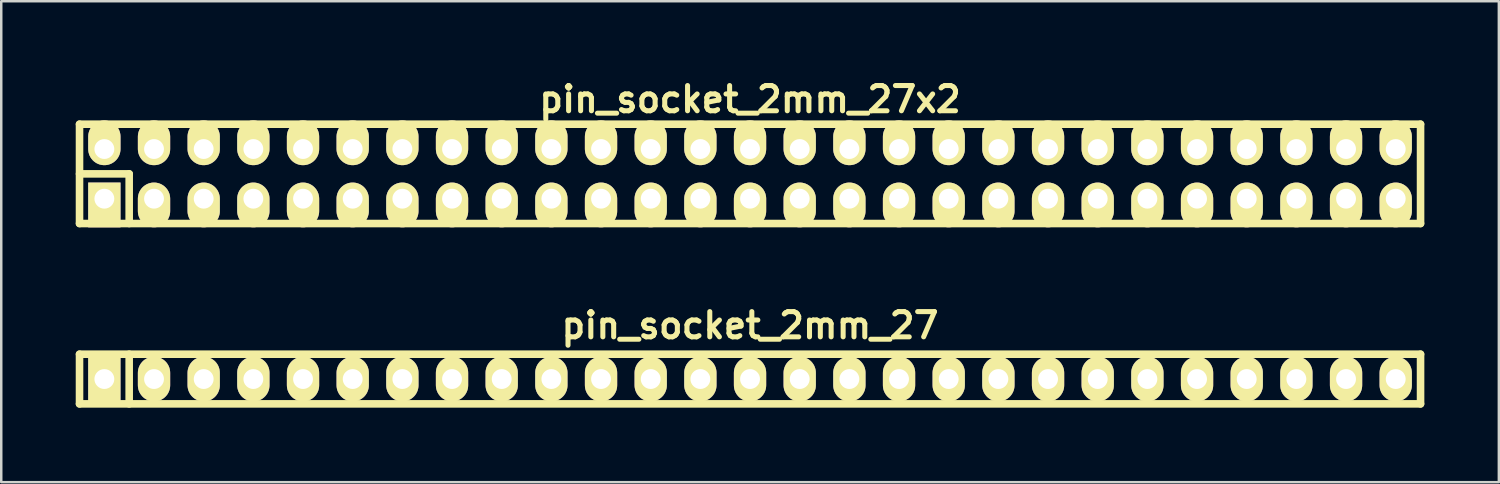
<source format=kicad_pcb>
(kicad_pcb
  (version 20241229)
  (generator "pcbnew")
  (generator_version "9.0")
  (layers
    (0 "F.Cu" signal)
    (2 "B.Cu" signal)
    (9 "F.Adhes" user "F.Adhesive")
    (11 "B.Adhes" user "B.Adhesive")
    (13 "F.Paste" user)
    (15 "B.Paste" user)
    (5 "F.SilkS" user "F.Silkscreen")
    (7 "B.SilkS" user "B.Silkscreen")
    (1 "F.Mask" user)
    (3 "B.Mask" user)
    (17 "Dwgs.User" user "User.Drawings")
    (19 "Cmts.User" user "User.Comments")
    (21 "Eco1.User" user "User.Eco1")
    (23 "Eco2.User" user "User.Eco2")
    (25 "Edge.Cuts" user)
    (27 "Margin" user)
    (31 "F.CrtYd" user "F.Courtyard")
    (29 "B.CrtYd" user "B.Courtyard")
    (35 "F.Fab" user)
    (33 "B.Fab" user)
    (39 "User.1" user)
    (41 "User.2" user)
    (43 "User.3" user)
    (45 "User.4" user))
  (footprint "pin_socket_2mm_27"
    (layer "F.Cu")
    (at 27.152 12.213)
    (property "Reference" "pin_socket_2mm_27" (at 0 -2.159 0) (layer "F.SilkS") (effects (font (size 1.016 1.016) (thickness 0.203))))
    (attr through_hole)
    (fp_line (start -27 -1) (end 27 -1) (stroke (width 0.305) (type solid)) (layer "F.SilkS"))
    (fp_line (start -27 1) (end -27 -1) (stroke (width 0.305) (type solid)) (layer "F.SilkS"))
    (fp_line (start -25 -1) (end -25 1) (stroke (width 0.305) (type solid)) (layer "F.SilkS"))
    (fp_line (start 27 -1) (end 27 1) (stroke (width 0.305) (type solid)) (layer "F.SilkS"))
    (fp_line (start 27 1) (end -27 1) (stroke (width 0.305) (type solid)) (layer "F.SilkS"))
    (pad "1" thru_hole rect (at -26 0) (size 1.3 1.8) (drill 0.8) (layers "*.Cu" "*.Mask" "F.SilkS"))
    (pad "2" thru_hole oval (at -24 0) (size 1.3 1.8) (drill 0.8) (layers "*.Cu" "*.Mask" "F.SilkS"))
    (pad "3" thru_hole oval (at -22 0) (size 1.3 1.8) (drill 0.8) (layers "*.Cu" "*.Mask" "F.SilkS"))
    (pad "4" thru_hole oval (at -20 0) (size 1.3 1.8) (drill 0.8) (layers "*.Cu" "*.Mask" "F.SilkS"))
    (pad "5" thru_hole oval (at -18 0) (size 1.3 1.8) (drill 0.8) (layers "*.Cu" "*.Mask" "F.SilkS"))
    (pad "6" thru_hole oval (at -16 0) (size 1.3 1.8) (drill 0.8) (layers "*.Cu" "*.Mask" "F.SilkS"))
    (pad "7" thru_hole oval (at -14 0) (size 1.3 1.8) (drill 0.8) (layers "*.Cu" "*.Mask" "F.SilkS"))
    (pad "8" thru_hole oval (at -12 0) (size 1.3 1.8) (drill 0.8) (layers "*.Cu" "*.Mask" "F.SilkS"))
    (pad "9" thru_hole oval (at -10 0) (size 1.3 1.8) (drill 0.8) (layers "*.Cu" "*.Mask" "F.SilkS"))
    (pad "10" thru_hole oval (at -8 0) (size 1.3 1.8) (drill 0.8) (layers "*.Cu" "*.Mask" "F.SilkS"))
    (pad "11" thru_hole oval (at -6 0) (size 1.3 1.8) (drill 0.8) (layers "*.Cu" "*.Mask" "F.SilkS"))
    (pad "12" thru_hole oval (at -4 0) (size 1.3 1.8) (drill 0.8) (layers "*.Cu" "*.Mask" "F.SilkS"))
    (pad "13" thru_hole oval (at -2 0) (size 1.3 1.8) (drill 0.8) (layers "*.Cu" "*.Mask" "F.SilkS"))
    (pad "14" thru_hole oval (at 0 0) (size 1.3 1.8) (drill 0.8) (layers "*.Cu" "*.Mask" "F.SilkS"))
    (pad "15" thru_hole oval (at 2 0) (size 1.3 1.8) (drill 0.8) (layers "*.Cu" "*.Mask" "F.SilkS"))
    (pad "16" thru_hole oval (at 4 0) (size 1.3 1.8) (drill 0.8) (layers "*.Cu" "*.Mask" "F.SilkS"))
    (pad "17" thru_hole oval (at 6 0) (size 1.3 1.8) (drill 0.8) (layers "*.Cu" "*.Mask" "F.SilkS"))
    (pad "18" thru_hole oval (at 8 0) (size 1.3 1.8) (drill 0.8) (layers "*.Cu" "*.Mask" "F.SilkS"))
    (pad "19" thru_hole oval (at 10 0) (size 1.3 1.8) (drill 0.8) (layers "*.Cu" "*.Mask" "F.SilkS"))
    (pad "20" thru_hole oval (at 12 0) (size 1.3 1.8) (drill 0.8) (layers "*.Cu" "*.Mask" "F.SilkS"))
    (pad "21" thru_hole oval (at 14 0) (size 1.3 1.8) (drill 0.8) (layers "*.Cu" "*.Mask" "F.SilkS"))
    (pad "22" thru_hole oval (at 16 0) (size 1.3 1.8) (drill 0.8) (layers "*.Cu" "*.Mask" "F.SilkS"))
    (pad "23" thru_hole oval (at 18 0) (size 1.3 1.8) (drill 0.8) (layers "*.Cu" "*.Mask" "F.SilkS"))
    (pad "24" thru_hole oval (at 20 0) (size 1.3 1.8) (drill 0.8) (layers "*.Cu" "*.Mask" "F.SilkS"))
    (pad "25" thru_hole oval (at 22 0) (size 1.3 1.8) (drill 0.8) (layers "*.Cu" "*.Mask" "F.SilkS"))
    (pad "26" thru_hole oval (at 24 0) (size 1.3 1.8) (drill 0.8) (layers "*.Cu" "*.Mask" "F.SilkS"))
    (pad "27" thru_hole oval (at 26 0) (size 1.3 1.8) (drill 0.8) (layers "*.Cu" "*.Mask" "F.SilkS")))
  (footprint "pin_socket_2mm_27x2"
    (layer "F.Cu")
    (at 27.152 3.951)
    (property "Reference" "pin_socket_2mm_27x2" (at 0 -3 0) (layer "F.SilkS") (effects (font (size 1.016 1.016) (thickness 0.203))))
    (attr through_hole)
    (fp_line (start -27 -2) (end 27 -2) (stroke (width 0.305) (type solid)) (layer "F.SilkS"))
    (fp_line (start -27 0) (end -25 0) (stroke (width 0.305) (type solid)) (layer "F.SilkS"))
    (fp_line (start -27 2) (end -27 -2) (stroke (width 0.305) (type solid)) (layer "F.SilkS"))
    (fp_line (start -25 0) (end -25 2) (stroke (width 0.305) (type solid)) (layer "F.SilkS"))
    (fp_line (start 27 -2) (end 27 2) (stroke (width 0.305) (type solid)) (layer "F.SilkS"))
    (fp_line (start 27 2) (end -27 2) (stroke (width 0.305) (type solid)) (layer "F.SilkS"))
    (pad "1" thru_hole rect (at -26 1) (size 1.3 1.8) (drill 0.8 (offset 0 0.25)) (layers "*.Cu" "*.Mask" "F.SilkS"))
    (pad "2" thru_hole oval (at -26 -1) (size 1.3 1.8) (drill 0.8 (offset 0 -0.25)) (layers "*.Cu" "*.Mask" "F.SilkS"))
    (pad "3" thru_hole oval (at -24 1) (size 1.3 1.8) (drill 0.8 (offset 0 0.25)) (layers "*.Cu" "*.Mask" "F.SilkS"))
    (pad "4" thru_hole oval (at -24 -1) (size 1.3 1.8) (drill 0.8 (offset 0 -0.25)) (layers "*.Cu" "*.Mask" "F.SilkS"))
    (pad "5" thru_hole oval (at -22 1) (size 1.3 1.8) (drill 0.8 (offset 0 0.25)) (layers "*.Cu" "*.Mask" "F.SilkS"))
    (pad "6" thru_hole oval (at -22 -1) (size 1.3 1.8) (drill 0.8 (offset 0 -0.25)) (layers "*.Cu" "*.Mask" "F.SilkS"))
    (pad "7" thru_hole oval (at -20 1) (size 1.3 1.8) (drill 0.8 (offset 0 0.25)) (layers "*.Cu" "*.Mask" "F.SilkS"))
    (pad "8" thru_hole oval (at -20 -1) (size 1.3 1.8) (drill 0.8 (offset 0 -0.25)) (layers "*.Cu" "*.Mask" "F.SilkS"))
    (pad "9" thru_hole oval (at -18 1) (size 1.3 1.8) (drill 0.8 (offset 0 0.25)) (layers "*.Cu" "*.Mask" "F.SilkS"))
    (pad "10" thru_hole oval (at -18 -1) (size 1.3 1.8) (drill 0.8 (offset 0 -0.25)) (layers "*.Cu" "*.Mask" "F.SilkS"))
    (pad "11" thru_hole oval (at -16 1) (size 1.3 1.8) (drill 0.8 (offset 0 0.25)) (layers "*.Cu" "*.Mask" "F.SilkS"))
    (pad "12" thru_hole oval (at -16 -1) (size 1.3 1.8) (drill 0.8 (offset 0 -0.25)) (layers "*.Cu" "*.Mask" "F.SilkS"))
    (pad "13" thru_hole oval (at -14 1) (size 1.3 1.8) (drill 0.8 (offset 0 0.25)) (layers "*.Cu" "*.Mask" "F.SilkS"))
    (pad "14" thru_hole oval (at -14 -1) (size 1.3 1.8) (drill 0.8 (offset 0 -0.25)) (layers "*.Cu" "*.Mask" "F.SilkS"))
    (pad "15" thru_hole oval (at -12 1) (size 1.3 1.8) (drill 0.8 (offset 0 0.25)) (layers "*.Cu" "*.Mask" "F.SilkS"))
    (pad "16" thru_hole oval (at -12 -1) (size 1.3 1.8) (drill 0.8 (offset 0 -0.25)) (layers "*.Cu" "*.Mask" "F.SilkS"))
    (pad "17" thru_hole oval (at -10 1) (size 1.3 1.8) (drill 0.8 (offset 0 0.25)) (layers "*.Cu" "*.Mask" "F.SilkS"))
    (pad "18" thru_hole oval (at -10 -1) (size 1.3 1.8) (drill 0.8 (offset 0 -0.25)) (layers "*.Cu" "*.Mask" "F.SilkS"))
    (pad "19" thru_hole oval (at -8 1) (size 1.3 1.8) (drill 0.8 (offset 0 0.25)) (layers "*.Cu" "*.Mask" "F.SilkS"))
    (pad "20" thru_hole oval (at -8 -1) (size 1.3 1.8) (drill 0.8 (offset 0 -0.25)) (layers "*.Cu" "*.Mask" "F.SilkS"))
    (pad "21" thru_hole oval (at -6 1) (size 1.3 1.8) (drill 0.8 (offset 0 0.25)) (layers "*.Cu" "*.Mask" "F.SilkS"))
    (pad "22" thru_hole oval (at -6 -1) (size 1.3 1.8) (drill 0.8 (offset 0 -0.25)) (layers "*.Cu" "*.Mask" "F.SilkS"))
    (pad "23" thru_hole oval (at -4 1) (size 1.3 1.8) (drill 0.8 (offset 0 0.25)) (layers "*.Cu" "*.Mask" "F.SilkS"))
    (pad "24" thru_hole oval (at -4 -1) (size 1.3 1.8) (drill 0.8 (offset 0 -0.25)) (layers "*.Cu" "*.Mask" "F.SilkS"))
    (pad "25" thru_hole oval (at -2 1) (size 1.3 1.8) (drill 0.8 (offset 0 0.25)) (layers "*.Cu" "*.Mask" "F.SilkS"))
    (pad "26" thru_hole oval (at -2 -1) (size 1.3 1.8) (drill 0.8 (offset 0 -0.25)) (layers "*.Cu" "*.Mask" "F.SilkS"))
    (pad "27" thru_hole oval (at 0 1) (size 1.3 1.8) (drill 0.8 (offset 0 0.25)) (layers "*.Cu" "*.Mask" "F.SilkS"))
    (pad "28" thru_hole oval (at 0 -1) (size 1.3 1.8) (drill 0.8 (offset 0 -0.25)) (layers "*.Cu" "*.Mask" "F.SilkS"))
    (pad "29" thru_hole oval (at 2 1) (size 1.3 1.8) (drill 0.8 (offset 0 0.25)) (layers "*.Cu" "*.Mask" "F.SilkS"))
    (pad "30" thru_hole oval (at 2 -1) (size 1.3 1.8) (drill 0.8 (offset 0 -0.25)) (layers "*.Cu" "*.Mask" "F.SilkS"))
    (pad "31" thru_hole oval (at 4 1) (size 1.3 1.8) (drill 0.8 (offset 0 0.25)) (layers "*.Cu" "*.Mask" "F.SilkS"))
    (pad "32" thru_hole oval (at 4 -1) (size 1.3 1.8) (drill 0.8 (offset 0 -0.25)) (layers "*.Cu" "*.Mask" "F.SilkS"))
    (pad "33" thru_hole oval (at 6 1) (size 1.3 1.8) (drill 0.8 (offset 0 0.25)) (layers "*.Cu" "*.Mask" "F.SilkS"))
    (pad "34" thru_hole oval (at 6 -1) (size 1.3 1.8) (drill 0.8 (offset 0 -0.25)) (layers "*.Cu" "*.Mask" "F.SilkS"))
    (pad "35" thru_hole oval (at 8 1) (size 1.3 1.8) (drill 0.8 (offset 0 0.25)) (layers "*.Cu" "*.Mask" "F.SilkS"))
    (pad "36" thru_hole oval (at 8 -1) (size 1.3 1.8) (drill 0.8 (offset 0 -0.25)) (layers "*.Cu" "*.Mask" "F.SilkS"))
    (pad "37" thru_hole oval (at 10 1) (size 1.3 1.8) (drill 0.8 (offset 0 0.25)) (layers "*.Cu" "*.Mask" "F.SilkS"))
    (pad "38" thru_hole oval (at 10 -1) (size 1.3 1.8) (drill 0.8 (offset 0 -0.25)) (layers "*.Cu" "*.Mask" "F.SilkS"))
    (pad "39" thru_hole oval (at 12 1) (size 1.3 1.8) (drill 0.8 (offset 0 0.25)) (layers "*.Cu" "*.Mask" "F.SilkS"))
    (pad "40" thru_hole oval (at 12 -1) (size 1.3 1.8) (drill 0.8 (offset 0 -0.25)) (layers "*.Cu" "*.Mask" "F.SilkS"))
    (pad "41" thru_hole oval (at 14 1) (size 1.3 1.8) (drill 0.8 (offset 0 0.25)) (layers "*.Cu" "*.Mask" "F.SilkS"))
    (pad "42" thru_hole oval (at 14 -1) (size 1.3 1.8) (drill 0.8 (offset 0 -0.25)) (layers "*.Cu" "*.Mask" "F.SilkS"))
    (pad "43" thru_hole oval (at 16 1) (size 1.3 1.8) (drill 0.8 (offset 0 0.25)) (layers "*.Cu" "*.Mask" "F.SilkS"))
    (pad "44" thru_hole oval (at 16 -1) (size 1.3 1.8) (drill 0.8 (offset 0 -0.25)) (layers "*.Cu" "*.Mask" "F.SilkS"))
    (pad "45" thru_hole oval (at 18 1) (size 1.3 1.8) (drill 0.8 (offset 0 0.25)) (layers "*.Cu" "*.Mask" "F.SilkS"))
    (pad "46" thru_hole oval (at 18 -1) (size 1.3 1.8) (drill 0.8 (offset 0 -0.25)) (layers "*.Cu" "*.Mask" "F.SilkS"))
    (pad "47" thru_hole oval (at 20 1) (size 1.3 1.8) (drill 0.8 (offset 0 0.25)) (layers "*.Cu" "*.Mask" "F.SilkS"))
    (pad "48" thru_hole oval (at 20 -1) (size 1.3 1.8) (drill 0.8 (offset 0 -0.25)) (layers "*.Cu" "*.Mask" "F.SilkS"))
    (pad "49" thru_hole oval (at 22 1) (size 1.3 1.8) (drill 0.8 (offset 0 0.25)) (layers "*.Cu" "*.Mask" "F.SilkS"))
    (pad "50" thru_hole oval (at 22 -1) (size 1.3 1.8) (drill 0.8 (offset 0 -0.25)) (layers "*.Cu" "*.Mask" "F.SilkS"))
    (pad "51" thru_hole oval (at 24 1) (size 1.3 1.8) (drill 0.8 (offset 0 0.25)) (layers "*.Cu" "*.Mask" "F.SilkS"))
    (pad "52" thru_hole oval (at 24 -1) (size 1.3 1.8) (drill 0.8 (offset 0 -0.25)) (layers "*.Cu" "*.Mask" "F.SilkS"))
    (pad "53" thru_hole oval (at 26 1) (size 1.3 1.8) (drill 0.8 (offset 0 0.25)) (layers "*.Cu" "*.Mask" "F.SilkS"))
    (pad "54" thru_hole oval (at 26 -1) (size 1.3 1.8) (drill 0.8 (offset 0 -0.25)) (layers "*.Cu" "*.Mask" "F.SilkS")))
  (gr_rect
    (start -3 -3)
    (end 57.305 16.366)
    (stroke (width 0.1) (type default))
    (fill no)
    (layer "Edge.Cuts")))
</source>
